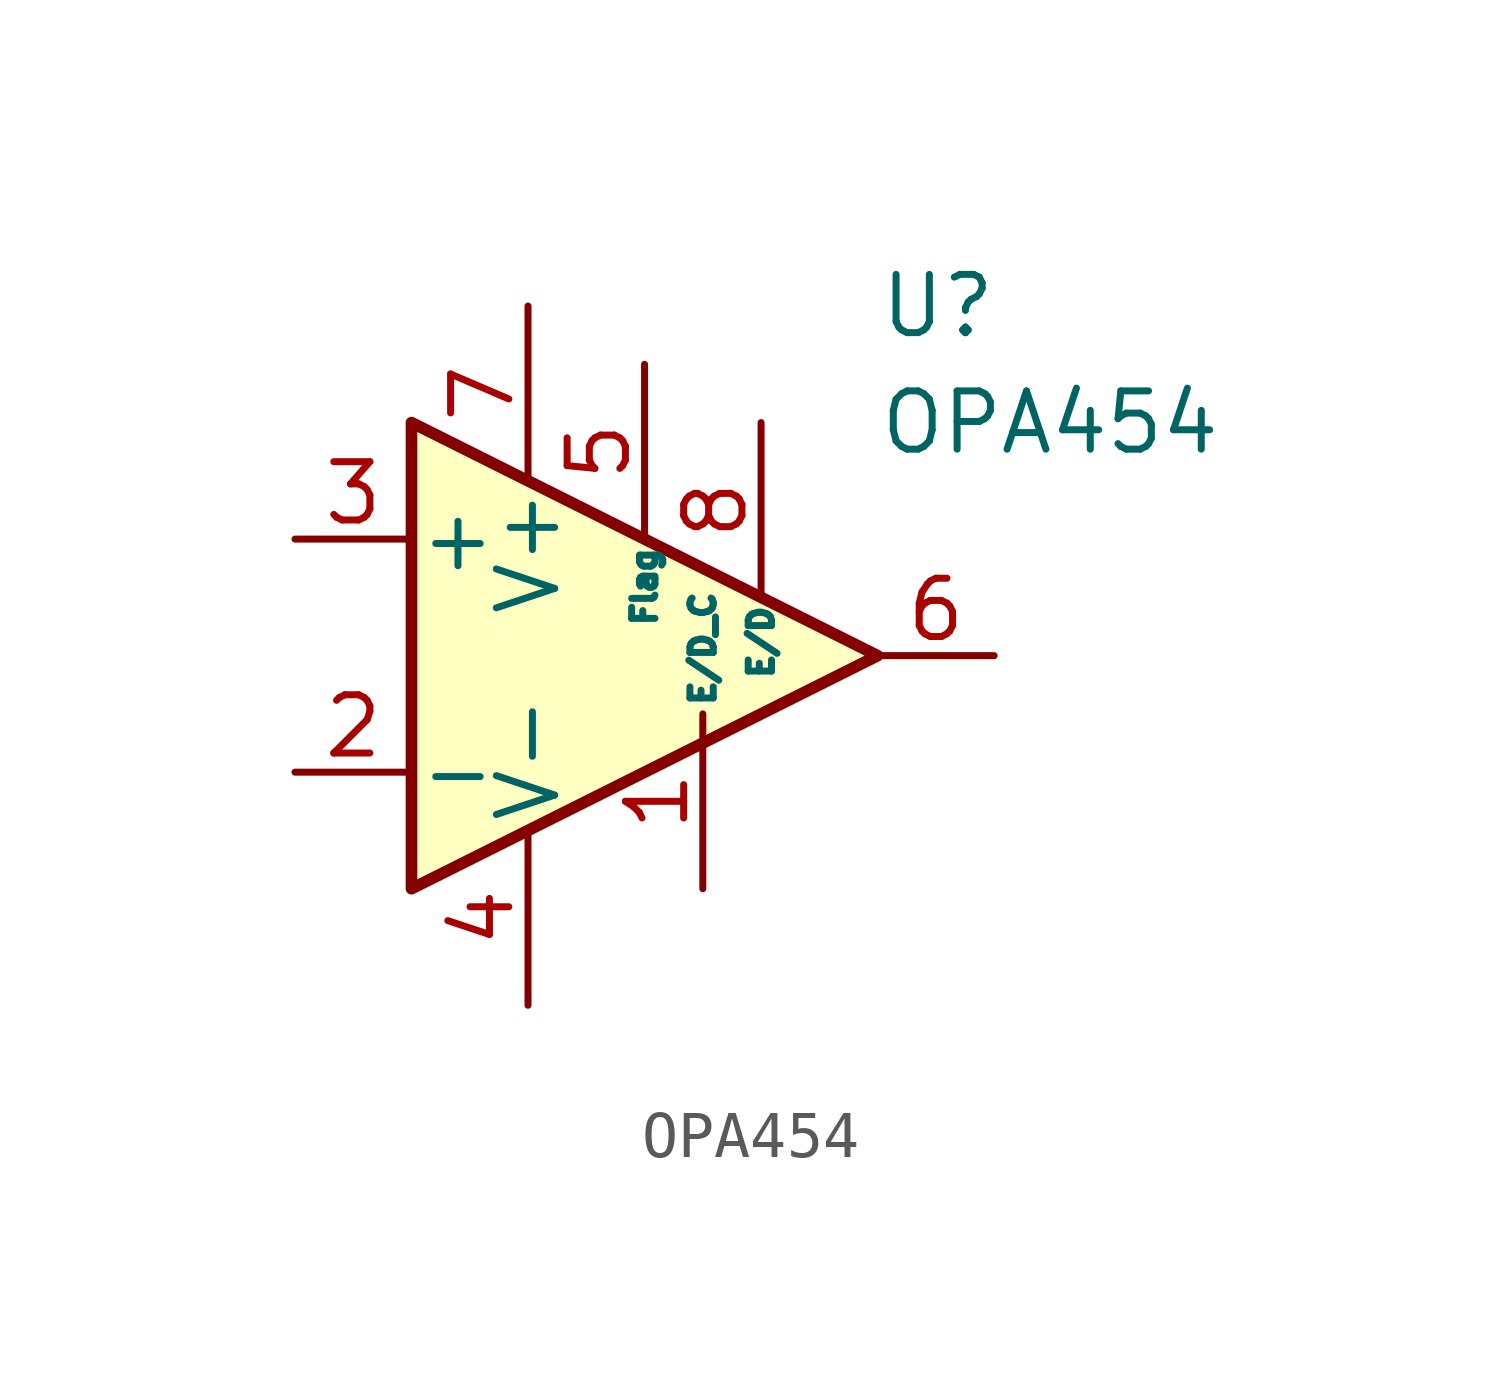
<source format=kicad_sym>
(kicad_symbol_lib
  (version 20211014)
  (generator kicad_symbol_editor)
  (symbol "OPA454"
    (pin_names
      (offset 0.127))
    (property "Reference" "U"
      (at 5.08 7.62 0)
      (effects (font (size 1.27 1.27)) (justify left)))
    (property "Value" "OPA454"
      (at 5.08 5.08 0)
      (effects (font (size 1.27 1.27)) (justify left)))
    (symbol "OPA454_1_1"
      (polyline (pts (xy -5.08 5.08) (xy 5.08 0) (xy -5.08 -5.08) (xy -5.08 5.08)) (stroke (width 0.254) (type default) (color 0 0 0 0)) (fill (type background)))
      (pin input line (at 1.27 -5.08 90) (length 3.81) (name "E/D_C" (effects (font (size 0.508 0.508)))) (number "1" (effects (font (size 1.27 1.27)))))
      (pin input line (at -7.62 -2.54 0) (length 2.54) (name "-" (effects (font (size 1.27 1.27)))) (number "2" (effects (font (size 1.27 1.27)))))
      (pin input line (at -7.62 2.54 0) (length 2.54) (name "+" (effects (font (size 1.27 1.27)))) (number "3" (effects (font (size 1.27 1.27)))))
      (pin power_in line (at -2.54 -7.62 90) (length 3.81) (name "V-" (effects (font (size 1.27 1.27)))) (number "4" (effects (font (size 1.27 1.27)))))
      (pin output line (at 0 6.35 270) (length 3.81) (name "Flag" (effects (font (size 0.508 0.508)))) (number "5" (effects (font (size 1.27 1.27)))))
      (pin output line (at 7.62 0 180) (length 2.54) (name "~" (effects (font (size 1.27 1.27)))) (number "6" (effects (font (size 1.27 1.27)))))
      (pin power_in line (at -2.54 7.62 270) (length 3.81) (name "V+" (effects (font (size 1.27 1.27)))) (number "7" (effects (font (size 1.27 1.27)))))
      (pin input line (at 2.54 5.08 270) (length 3.81) (name "E/D" (effects (font (size 0.508 0.508)))) (number "8" (effects (font (size 1.27 1.27)))))
      (pin passive line (at -2.54 -7.62 90) (length 3.81) hide (name "EP" (effects (font (size 0.508 0.508)))) (number "9" (effects (font (size 1.27 1.27))))))))
</source>
